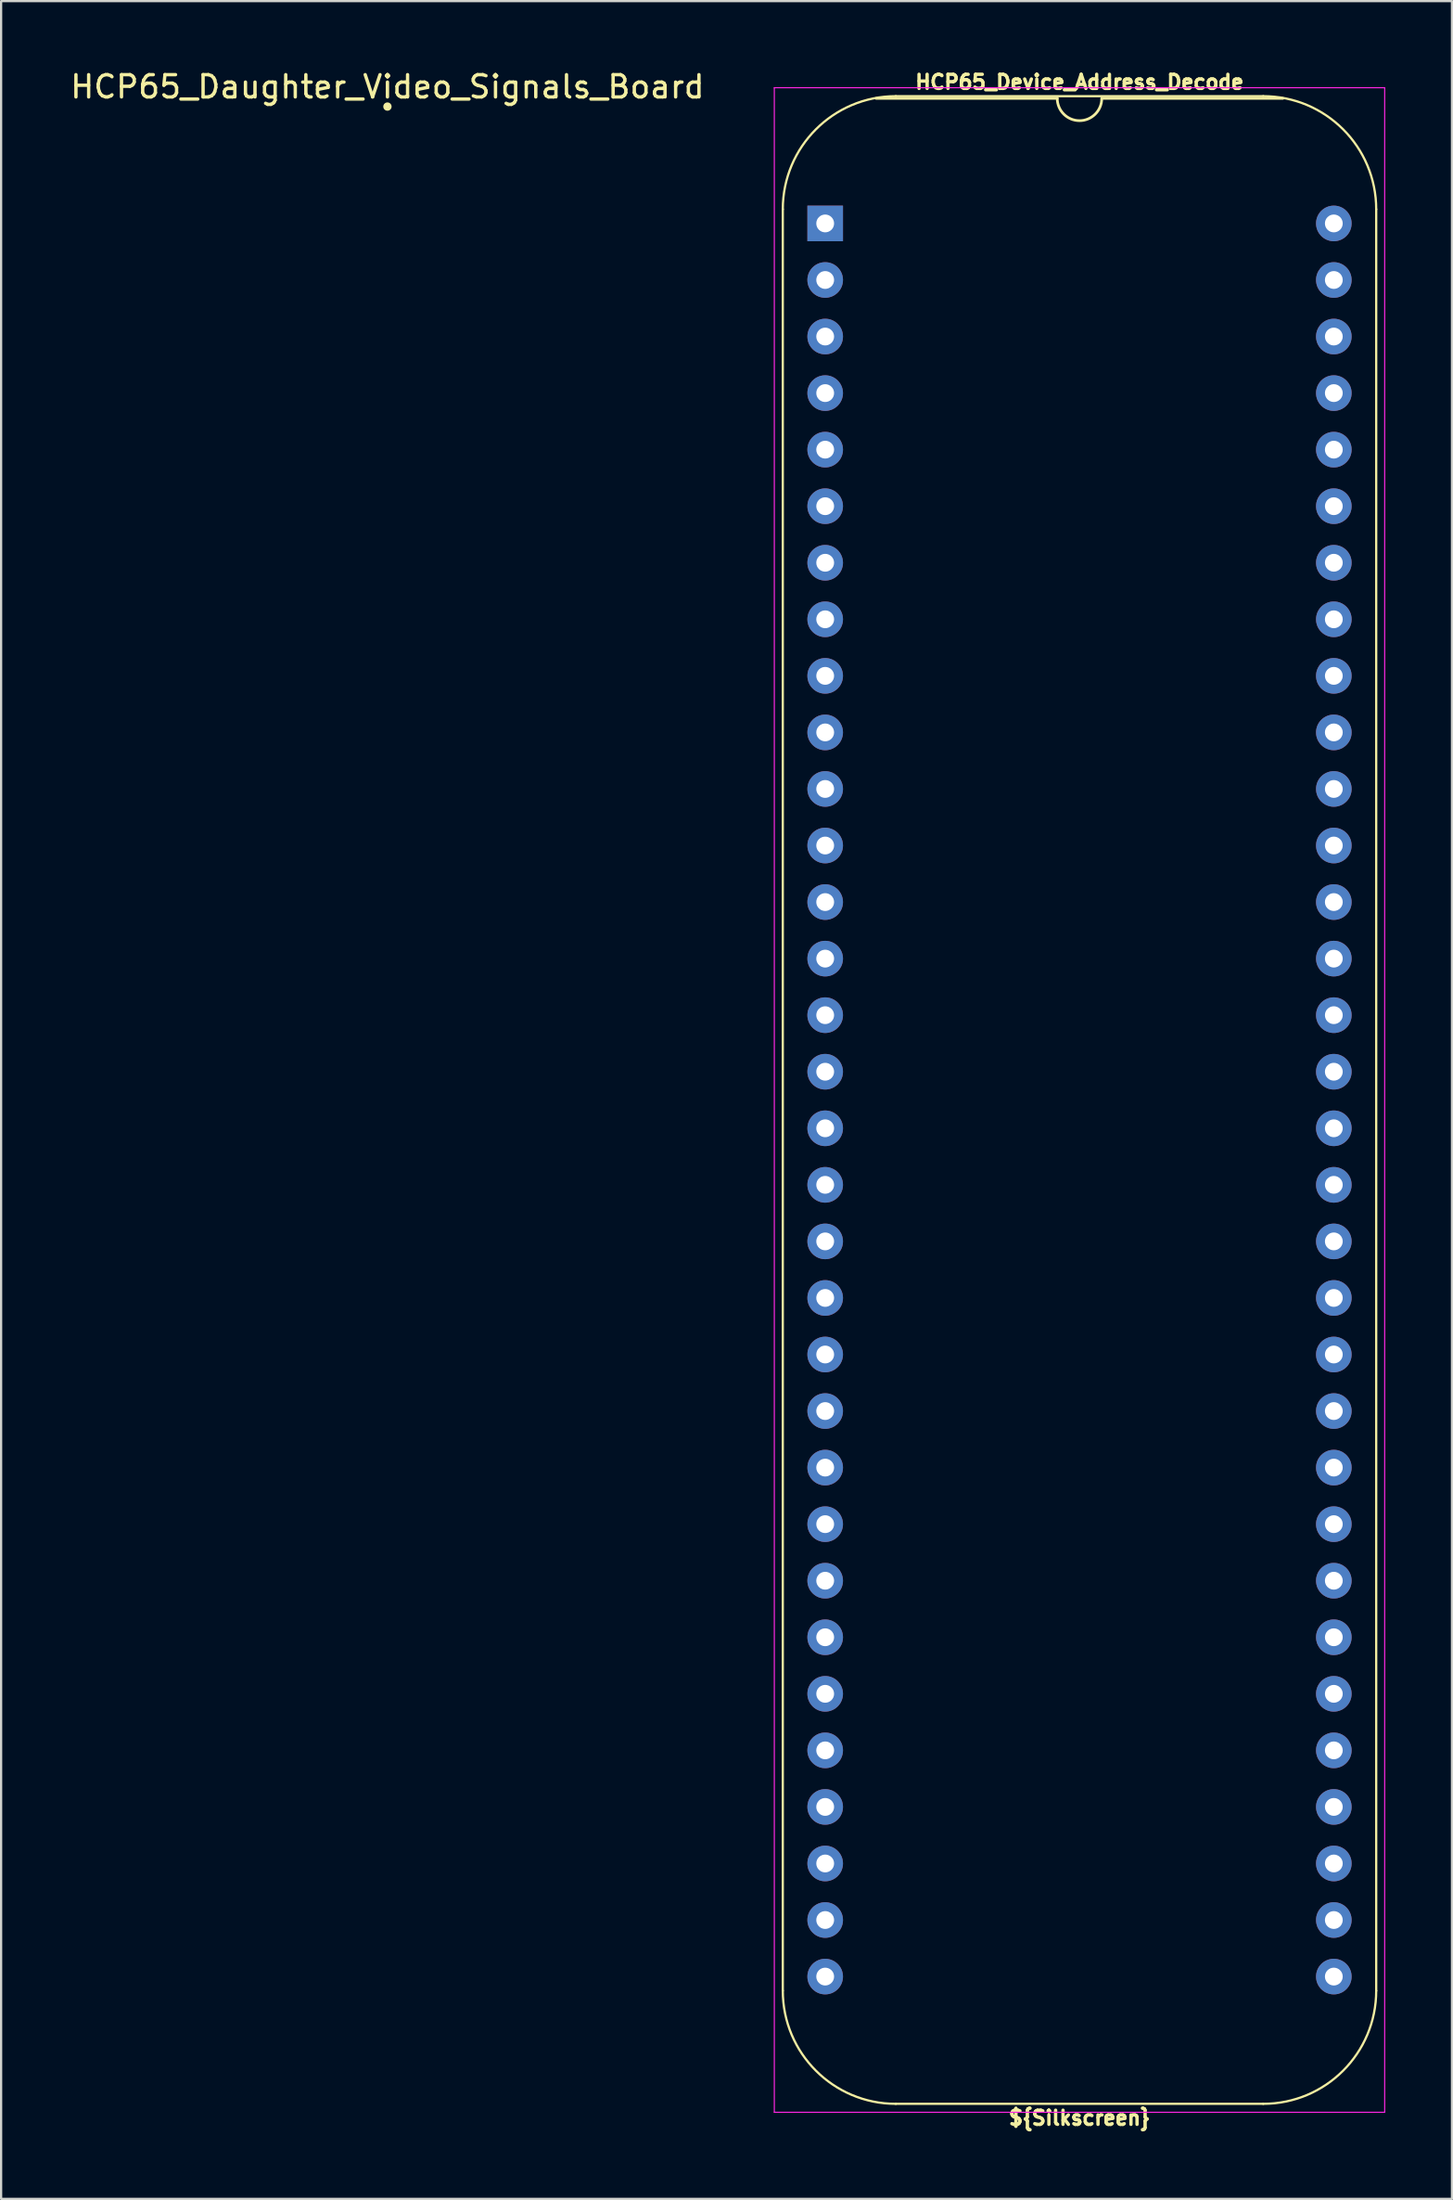
<source format=kicad_pcb>
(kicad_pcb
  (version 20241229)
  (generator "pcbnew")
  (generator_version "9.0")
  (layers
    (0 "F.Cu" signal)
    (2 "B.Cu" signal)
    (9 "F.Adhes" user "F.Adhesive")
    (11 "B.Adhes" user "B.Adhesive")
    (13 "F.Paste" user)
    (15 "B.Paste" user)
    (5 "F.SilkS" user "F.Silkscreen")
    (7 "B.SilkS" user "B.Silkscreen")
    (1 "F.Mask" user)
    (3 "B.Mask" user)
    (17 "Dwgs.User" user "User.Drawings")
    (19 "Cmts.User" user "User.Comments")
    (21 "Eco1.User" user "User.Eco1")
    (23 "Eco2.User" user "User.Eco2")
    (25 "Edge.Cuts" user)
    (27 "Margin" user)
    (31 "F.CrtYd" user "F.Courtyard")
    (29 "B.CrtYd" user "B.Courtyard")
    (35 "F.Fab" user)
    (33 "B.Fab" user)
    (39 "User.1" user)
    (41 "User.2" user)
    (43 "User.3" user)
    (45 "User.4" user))
  (footprint "HCP65_Device_Address_Decode"
    (layer "F.Cu")
    (at 34.037 6.985)
    (property "Reference" "HCP65_Device_Address_Decode" (at 11.43 -6.35 0) (layer "F.SilkS") (effects (font (size 0.635 0.635) (thickness 0.15))))
    (attr through_hole)
    (fp_line (start -1.905 -0.635) (end -1.905 79.375) (stroke (width 0.1) (type solid)) (layer "F.SilkS"))
    (fp_line (start 10.43 -5.616) (end 2.286 -5.616) (stroke (width 0.12) (type solid)) (layer "F.SilkS"))
    (fp_line (start 19.685 -5.715) (end 3.175 -5.715) (stroke (width 0.1) (type solid)) (layer "F.SilkS"))
    (fp_line (start 19.685 84.455) (end 3.175 84.455) (stroke (width 0.1) (type solid)) (layer "F.SilkS"))
    (fp_line (start 20.574 -5.616) (end 12.43 -5.616) (stroke (width 0.12) (type solid)) (layer "F.SilkS"))
    (fp_line (start 24.765 79.375) (end 24.765 -0.635) (stroke (width 0.1) (type solid)) (layer "F.SilkS"))
    (fp_arc (start -1.905 -0.635) (mid -0.417102 -4.227102) (end 3.175 -5.715) (stroke (width 0.1) (type solid)) (layer "F.SilkS"))
    (fp_arc (start 3.175 84.455) (mid -0.417102 82.967102) (end -1.905 79.375) (stroke (width 0.1) (type solid)) (layer "F.SilkS"))
    (fp_arc (start 12.43 -5.616) (mid 11.43 -4.616) (end 10.43 -5.616) (stroke (width 0.12) (type solid)) (layer "F.SilkS"))
    (fp_arc (start 19.685 -5.715) (mid 23.277102 -4.227102) (end 24.765 -0.635) (stroke (width 0.1) (type solid)) (layer "F.SilkS"))
    (fp_arc (start 24.765 79.375) (mid 23.277102 82.967102) (end 19.685 84.455) (stroke (width 0.1) (type solid)) (layer "F.SilkS"))
    (fp_line (start -2.286 -6.096) (end -2.286 84.836) (stroke (width 0.05) (type solid)) (layer "F.CrtYd"))
    (fp_line (start -2.286 -6.096) (end 25.146 -6.096) (stroke (width 0.05) (type solid)) (layer "F.CrtYd"))
    (fp_line (start -2.286 84.836) (end 25.146 84.836) (stroke (width 0.05) (type solid)) (layer "F.CrtYd"))
    (fp_line (start 25.146 84.836) (end 25.146 -6.096) (stroke (width 0.05) (type solid)) (layer "F.CrtYd"))
    (fp_text user "${Silkscreen}" (at 11.43 85.09 0) (layer "F.SilkS") (effects (font (size 0.635 0.635) (thickness 0.15))))
    (pad "1" thru_hole rect (at 0 0) (size 1.6 1.6) (drill 0.8) (layers "*.Cu" "*.Mask"))
    (pad "2" thru_hole oval (at 0 2.54) (size 1.6 1.6) (drill 0.8) (layers "*.Cu" "*.Mask"))
    (pad "3" thru_hole oval (at 0 5.08) (size 1.6 1.6) (drill 0.8) (layers "*.Cu" "*.Mask"))
    (pad "4" thru_hole oval (at 0 7.62) (size 1.6 1.6) (drill 0.8) (layers "*.Cu" "*.Mask"))
    (pad "5" thru_hole oval (at 0 10.16) (size 1.6 1.6) (drill 0.8) (layers "*.Cu" "*.Mask"))
    (pad "6" thru_hole oval (at 0 12.7) (size 1.6 1.6) (drill 0.8) (layers "*.Cu" "*.Mask"))
    (pad "7" thru_hole oval (at 0 15.24) (size 1.6 1.6) (drill 0.8) (layers "*.Cu" "*.Mask"))
    (pad "8" thru_hole oval (at 0 17.78) (size 1.6 1.6) (drill 0.8) (layers "*.Cu" "*.Mask"))
    (pad "9" thru_hole oval (at 0 20.32) (size 1.6 1.6) (drill 0.8) (layers "*.Cu" "*.Mask"))
    (pad "10" thru_hole oval (at 0 22.86) (size 1.6 1.6) (drill 0.8) (layers "*.Cu" "*.Mask"))
    (pad "11" thru_hole oval (at 0 25.4) (size 1.6 1.6) (drill 0.8) (layers "*.Cu" "*.Mask"))
    (pad "12" thru_hole oval (at 0 27.94) (size 1.6 1.6) (drill 0.8) (layers "*.Cu" "*.Mask"))
    (pad "13" thru_hole oval (at 0 30.48) (size 1.6 1.6) (drill 0.8) (layers "*.Cu" "*.Mask"))
    (pad "14" thru_hole oval (at 0 33.02) (size 1.6 1.6) (drill 0.8) (layers "*.Cu" "*.Mask"))
    (pad "15" thru_hole oval (at 0 35.56) (size 1.6 1.6) (drill 0.8) (layers "*.Cu" "*.Mask"))
    (pad "16" thru_hole oval (at 0 38.1) (size 1.6 1.6) (drill 0.8) (layers "*.Cu" "*.Mask"))
    (pad "17" thru_hole oval (at 0 40.64) (size 1.6 1.6) (drill 0.8) (layers "*.Cu" "*.Mask"))
    (pad "18" thru_hole oval (at 0 43.18) (size 1.6 1.6) (drill 0.8) (layers "*.Cu" "*.Mask"))
    (pad "19" thru_hole oval (at 0 45.72) (size 1.6 1.6) (drill 0.8) (layers "*.Cu" "*.Mask"))
    (pad "20" thru_hole oval (at 0 48.26) (size 1.6 1.6) (drill 0.8) (layers "*.Cu" "*.Mask"))
    (pad "21" thru_hole oval (at 0 50.8) (size 1.6 1.6) (drill 0.8) (layers "*.Cu" "*.Mask"))
    (pad "22" thru_hole oval (at 0 53.34) (size 1.6 1.6) (drill 0.8) (layers "*.Cu" "*.Mask"))
    (pad "23" thru_hole oval (at 0 55.88) (size 1.6 1.6) (drill 0.8) (layers "*.Cu" "*.Mask"))
    (pad "24" thru_hole oval (at 0 58.42) (size 1.6 1.6) (drill 0.8) (layers "*.Cu" "*.Mask"))
    (pad "25" thru_hole oval (at 0 60.96) (size 1.6 1.6) (drill 0.8) (layers "*.Cu" "*.Mask"))
    (pad "26" thru_hole oval (at 0 63.5) (size 1.6 1.6) (drill 0.8) (layers "*.Cu" "*.Mask"))
    (pad "27" thru_hole oval (at 0 66.04) (size 1.6 1.6) (drill 0.8) (layers "*.Cu" "*.Mask"))
    (pad "28" thru_hole oval (at 0 68.58) (size 1.6 1.6) (drill 0.8) (layers "*.Cu" "*.Mask"))
    (pad "29" thru_hole oval (at 0 71.12) (size 1.6 1.6) (drill 0.8) (layers "*.Cu" "*.Mask"))
    (pad "30" thru_hole oval (at 0 73.66) (size 1.6 1.6) (drill 0.8) (layers "*.Cu" "*.Mask"))
    (pad "31" thru_hole oval (at 0 76.2) (size 1.6 1.6) (drill 0.8) (layers "*.Cu" "*.Mask"))
    (pad "32" thru_hole oval (at 0 78.74) (size 1.6 1.6) (drill 0.8) (layers "*.Cu" "*.Mask"))
    (pad "33" thru_hole oval (at 22.86 78.74) (size 1.6 1.6) (drill 0.8) (layers "*.Cu" "*.Mask"))
    (pad "34" thru_hole oval (at 22.86 76.2) (size 1.6 1.6) (drill 0.8) (layers "*.Cu" "*.Mask"))
    (pad "35" thru_hole oval (at 22.86 73.66) (size 1.6 1.6) (drill 0.8) (layers "*.Cu" "*.Mask"))
    (pad "36" thru_hole oval (at 22.86 71.12) (size 1.6 1.6) (drill 0.8) (layers "*.Cu" "*.Mask"))
    (pad "37" thru_hole oval (at 22.86 68.58) (size 1.6 1.6) (drill 0.8) (layers "*.Cu" "*.Mask"))
    (pad "38" thru_hole oval (at 22.86 66.04) (size 1.6 1.6) (drill 0.8) (layers "*.Cu" "*.Mask"))
    (pad "39" thru_hole oval (at 22.86 63.5) (size 1.6 1.6) (drill 0.8) (layers "*.Cu" "*.Mask"))
    (pad "40" thru_hole oval (at 22.86 60.96) (size 1.6 1.6) (drill 0.8) (layers "*.Cu" "*.Mask"))
    (pad "41" thru_hole oval (at 22.86 58.42) (size 1.6 1.6) (drill 0.8) (layers "*.Cu" "*.Mask"))
    (pad "42" thru_hole oval (at 22.86 55.88) (size 1.6 1.6) (drill 0.8) (layers "*.Cu" "*.Mask"))
    (pad "43" thru_hole oval (at 22.86 53.34) (size 1.6 1.6) (drill 0.8) (layers "*.Cu" "*.Mask"))
    (pad "44" thru_hole oval (at 22.86 50.8) (size 1.6 1.6) (drill 0.8) (layers "*.Cu" "*.Mask"))
    (pad "45" thru_hole oval (at 22.86 48.26) (size 1.6 1.6) (drill 0.8) (layers "*.Cu" "*.Mask"))
    (pad "46" thru_hole oval (at 22.86 45.72) (size 1.6 1.6) (drill 0.8) (layers "*.Cu" "*.Mask"))
    (pad "47" thru_hole oval (at 22.86 43.18) (size 1.6 1.6) (drill 0.8) (layers "*.Cu" "*.Mask"))
    (pad "48" thru_hole oval (at 22.86 40.64) (size 1.6 1.6) (drill 0.8) (layers "*.Cu" "*.Mask"))
    (pad "49" thru_hole oval (at 22.86 38.1) (size 1.6 1.6) (drill 0.8) (layers "*.Cu" "*.Mask"))
    (pad "50" thru_hole oval (at 22.86 35.56) (size 1.6 1.6) (drill 0.8) (layers "*.Cu" "*.Mask"))
    (pad "51" thru_hole oval (at 22.86 33.02) (size 1.6 1.6) (drill 0.8) (layers "*.Cu" "*.Mask"))
    (pad "52" thru_hole oval (at 22.86 30.48) (size 1.6 1.6) (drill 0.8) (layers "*.Cu" "*.Mask"))
    (pad "53" thru_hole oval (at 22.86 27.94) (size 1.6 1.6) (drill 0.8) (layers "*.Cu" "*.Mask"))
    (pad "54" thru_hole oval (at 22.86 25.4) (size 1.6 1.6) (drill 0.8) (layers "*.Cu" "*.Mask"))
    (pad "55" thru_hole oval (at 22.86 22.86) (size 1.6 1.6) (drill 0.8) (layers "*.Cu" "*.Mask"))
    (pad "56" thru_hole oval (at 22.86 20.32) (size 1.6 1.6) (drill 0.8) (layers "*.Cu" "*.Mask"))
    (pad "57" thru_hole oval (at 22.86 17.78) (size 1.6 1.6) (drill 0.8) (layers "*.Cu" "*.Mask"))
    (pad "58" thru_hole oval (at 22.86 15.24) (size 1.6 1.6) (drill 0.8) (layers "*.Cu" "*.Mask"))
    (pad "59" thru_hole oval (at 22.86 12.7) (size 1.6 1.6) (drill 0.8) (layers "*.Cu" "*.Mask"))
    (pad "60" thru_hole oval (at 22.86 10.16) (size 1.6 1.6) (drill 0.8) (layers "*.Cu" "*.Mask"))
    (pad "61" thru_hole oval (at 22.86 7.62) (size 1.6 1.6) (drill 0.8) (layers "*.Cu" "*.Mask"))
    (pad "62" thru_hole oval (at 22.86 5.08) (size 1.6 1.6) (drill 0.8) (layers "*.Cu" "*.Mask"))
    (pad "63" thru_hole oval (at 22.86 2.54) (size 1.6 1.6) (drill 0.8) (layers "*.Cu" "*.Mask"))
    (pad "64" thru_hole oval (at 22.86 0) (size 1.6 1.6) (drill 0.8) (layers "*.Cu" "*.Mask")))
  (footprint "HCP65_Daughter_Video_Signals_Board"
    (layer "F.Cu")
    (at 14.363 1.737)
    (property "Reference" "HCP65_Daughter_Video_Signals_Board" (at 0 -0.889 0) (unlocked yes) (layer "F.SilkS") (effects (font (size 1 1) (thickness 0.15))))
    (attr through_hole)
    (fp_circle (center 0 0) (end 0.127 0) (stroke (width 0.12) (type solid)) (fill yes) (layer "F.SilkS")))
  (gr_rect
    (start -3 -3)
    (end 62.208 95.709)
    (stroke (width 0.1) (type default))
    (fill no)
    (layer "Edge.Cuts")))
</source>
